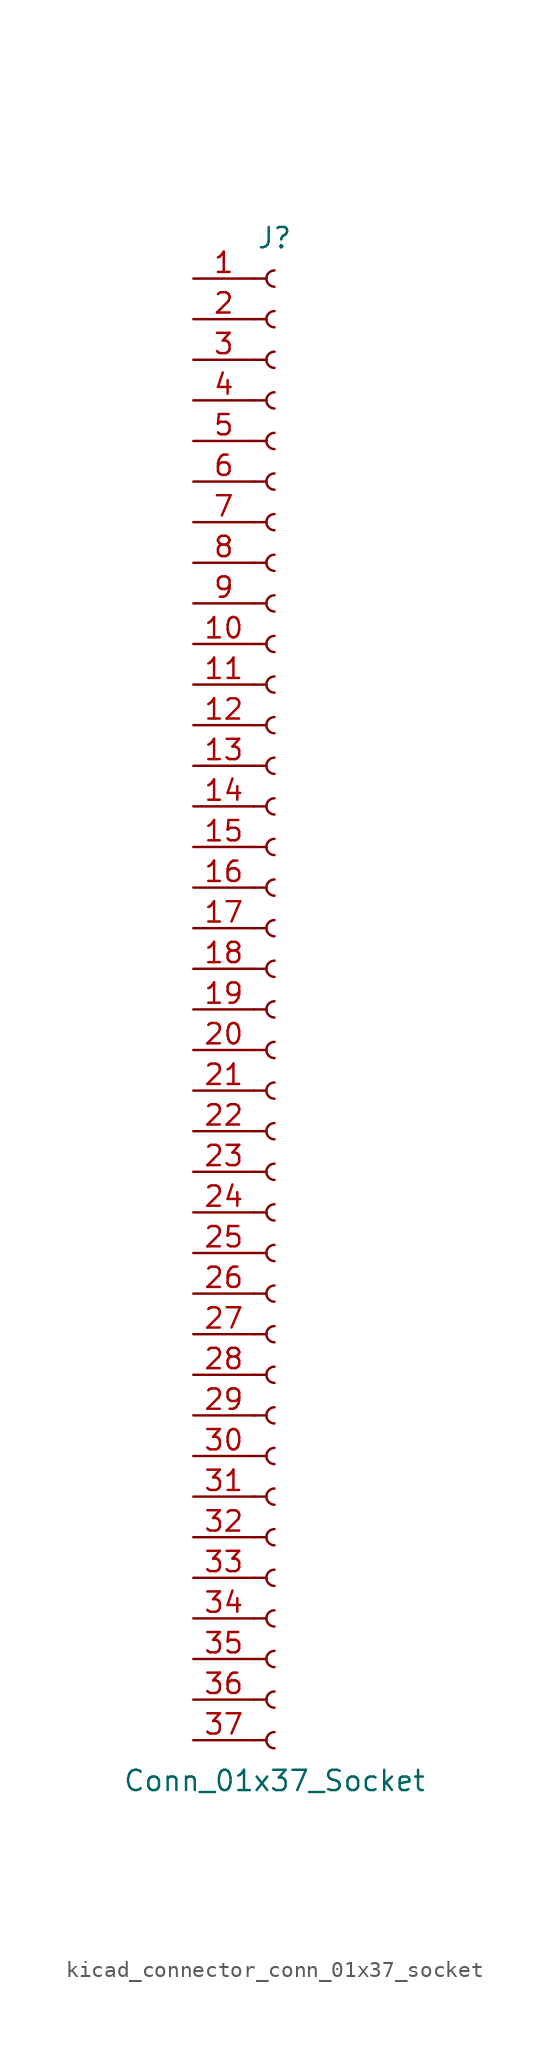
<source format=kicad_sym>
(kicad_symbol_lib
  (version 20220914)
  (generator kicad_symbol_editor)
  (symbol "kicad_connector_conn_01x37_socket"
    (pin_names
      (offset 1.016) hide)
    (property "Reference" "J"
      (at 0 48.26 0)
      (effects (font (size 1.27 1.27))))
    (property "Value" "Conn_01x37_Socket"
      (at 0 -48.26 0)
      (effects (font (size 1.27 1.27))))
    (property "ki_locked" ""
      (at 0 0 0)
      (effects (font (size 1.27 1.27))))
    (symbol "kicad_connector_conn_01x37_socket_1_1"
      (arc (start 0 -45.212) (mid -0.5058 -45.72) (end 0 -46.228) (stroke (width 0.1524) (type default)) (fill (type none)))
      (arc (start 0 -42.672) (mid -0.5058 -43.18) (end 0 -43.688) (stroke (width 0.1524) (type default)) (fill (type none)))
      (arc (start 0 -40.132) (mid -0.5058 -40.64) (end 0 -41.148) (stroke (width 0.1524) (type default)) (fill (type none)))
      (arc (start 0 -37.592) (mid -0.5058 -38.1) (end 0 -38.608) (stroke (width 0.1524) (type default)) (fill (type none)))
      (arc (start 0 -35.052) (mid -0.5058 -35.56) (end 0 -36.068) (stroke (width 0.1524) (type default)) (fill (type none)))
      (arc (start 0 -32.512) (mid -0.5058 -33.02) (end 0 -33.528) (stroke (width 0.1524) (type default)) (fill (type none)))
      (arc (start 0 -29.972) (mid -0.5058 -30.48) (end 0 -30.988) (stroke (width 0.1524) (type default)) (fill (type none)))
      (arc (start 0 -27.432) (mid -0.5058 -27.94) (end 0 -28.448) (stroke (width 0.1524) (type default)) (fill (type none)))
      (arc (start 0 -24.892) (mid -0.5058 -25.4) (end 0 -25.908) (stroke (width 0.1524) (type default)) (fill (type none)))
      (arc (start 0 -22.352) (mid -0.5058 -22.86) (end 0 -23.368) (stroke (width 0.1524) (type default)) (fill (type none)))
      (arc (start 0 -19.812) (mid -0.5058 -20.32) (end 0 -20.828) (stroke (width 0.1524) (type default)) (fill (type none)))
      (arc (start 0 -17.272) (mid -0.5058 -17.78) (end 0 -18.288) (stroke (width 0.1524) (type default)) (fill (type none)))
      (arc (start 0 -14.732) (mid -0.5058 -15.24) (end 0 -15.748) (stroke (width 0.1524) (type default)) (fill (type none)))
      (arc (start 0 -12.192) (mid -0.5058 -12.7) (end 0 -13.208) (stroke (width 0.1524) (type default)) (fill (type none)))
      (arc (start 0 -9.652) (mid -0.5058 -10.16) (end 0 -10.668) (stroke (width 0.1524) (type default)) (fill (type none)))
      (arc (start 0 -7.112) (mid -0.5058 -7.62) (end 0 -8.128) (stroke (width 0.1524) (type default)) (fill (type none)))
      (arc (start 0 -4.572) (mid -0.5058 -5.08) (end 0 -5.588) (stroke (width 0.1524) (type default)) (fill (type none)))
      (arc (start 0 -2.032) (mid -0.5058 -2.54) (end 0 -3.048) (stroke (width 0.1524) (type default)) (fill (type none)))
      (polyline (pts (xy -1.27 -45.72) (xy -0.508 -45.72)) (stroke (width 0.152) (type default)) (fill (type none)))
      (polyline (pts (xy -1.27 -43.18) (xy -0.508 -43.18)) (stroke (width 0.152) (type default)) (fill (type none)))
      (polyline (pts (xy -1.27 -40.64) (xy -0.508 -40.64)) (stroke (width 0.152) (type default)) (fill (type none)))
      (polyline (pts (xy -1.27 -38.1) (xy -0.508 -38.1)) (stroke (width 0.152) (type default)) (fill (type none)))
      (polyline (pts (xy -1.27 -35.56) (xy -0.508 -35.56)) (stroke (width 0.152) (type default)) (fill (type none)))
      (polyline (pts (xy -1.27 -33.02) (xy -0.508 -33.02)) (stroke (width 0.152) (type default)) (fill (type none)))
      (polyline (pts (xy -1.27 -30.48) (xy -0.508 -30.48)) (stroke (width 0.152) (type default)) (fill (type none)))
      (polyline (pts (xy -1.27 -27.94) (xy -0.508 -27.94)) (stroke (width 0.152) (type default)) (fill (type none)))
      (polyline (pts (xy -1.27 -25.4) (xy -0.508 -25.4)) (stroke (width 0.152) (type default)) (fill (type none)))
      (polyline (pts (xy -1.27 -22.86) (xy -0.508 -22.86)) (stroke (width 0.152) (type default)) (fill (type none)))
      (polyline (pts (xy -1.27 -20.32) (xy -0.508 -20.32)) (stroke (width 0.152) (type default)) (fill (type none)))
      (polyline (pts (xy -1.27 -17.78) (xy -0.508 -17.78)) (stroke (width 0.152) (type default)) (fill (type none)))
      (polyline (pts (xy -1.27 -15.24) (xy -0.508 -15.24)) (stroke (width 0.152) (type default)) (fill (type none)))
      (polyline (pts (xy -1.27 -12.7) (xy -0.508 -12.7)) (stroke (width 0.152) (type default)) (fill (type none)))
      (polyline (pts (xy -1.27 -10.16) (xy -0.508 -10.16)) (stroke (width 0.152) (type default)) (fill (type none)))
      (polyline (pts (xy -1.27 -7.62) (xy -0.508 -7.62)) (stroke (width 0.152) (type default)) (fill (type none)))
      (polyline (pts (xy -1.27 -5.08) (xy -0.508 -5.08)) (stroke (width 0.152) (type default)) (fill (type none)))
      (polyline (pts (xy -1.27 -2.54) (xy -0.508 -2.54)) (stroke (width 0.152) (type default)) (fill (type none)))
      (polyline (pts (xy -1.27 0) (xy -0.508 0)) (stroke (width 0.152) (type default)) (fill (type none)))
      (polyline (pts (xy -1.27 2.54) (xy -0.508 2.54)) (stroke (width 0.152) (type default)) (fill (type none)))
      (polyline (pts (xy -1.27 5.08) (xy -0.508 5.08)) (stroke (width 0.152) (type default)) (fill (type none)))
      (polyline (pts (xy -1.27 7.62) (xy -0.508 7.62)) (stroke (width 0.152) (type default)) (fill (type none)))
      (polyline (pts (xy -1.27 10.16) (xy -0.508 10.16)) (stroke (width 0.152) (type default)) (fill (type none)))
      (polyline (pts (xy -1.27 12.7) (xy -0.508 12.7)) (stroke (width 0.152) (type default)) (fill (type none)))
      (polyline (pts (xy -1.27 15.24) (xy -0.508 15.24)) (stroke (width 0.152) (type default)) (fill (type none)))
      (polyline (pts (xy -1.27 17.78) (xy -0.508 17.78)) (stroke (width 0.152) (type default)) (fill (type none)))
      (polyline (pts (xy -1.27 20.32) (xy -0.508 20.32)) (stroke (width 0.152) (type default)) (fill (type none)))
      (polyline (pts (xy -1.27 22.86) (xy -0.508 22.86)) (stroke (width 0.152) (type default)) (fill (type none)))
      (polyline (pts (xy -1.27 25.4) (xy -0.508 25.4)) (stroke (width 0.152) (type default)) (fill (type none)))
      (polyline (pts (xy -1.27 27.94) (xy -0.508 27.94)) (stroke (width 0.152) (type default)) (fill (type none)))
      (polyline (pts (xy -1.27 30.48) (xy -0.508 30.48)) (stroke (width 0.152) (type default)) (fill (type none)))
      (polyline (pts (xy -1.27 33.02) (xy -0.508 33.02)) (stroke (width 0.152) (type default)) (fill (type none)))
      (polyline (pts (xy -1.27 35.56) (xy -0.508 35.56)) (stroke (width 0.152) (type default)) (fill (type none)))
      (polyline (pts (xy -1.27 38.1) (xy -0.508 38.1)) (stroke (width 0.152) (type default)) (fill (type none)))
      (polyline (pts (xy -1.27 40.64) (xy -0.508 40.64)) (stroke (width 0.152) (type default)) (fill (type none)))
      (polyline (pts (xy -1.27 43.18) (xy -0.508 43.18)) (stroke (width 0.152) (type default)) (fill (type none)))
      (polyline (pts (xy -1.27 45.72) (xy -0.508 45.72)) (stroke (width 0.152) (type default)) (fill (type none)))
      (arc (start 0 0.508) (mid -0.5058 0) (end 0 -0.508) (stroke (width 0.1524) (type default)) (fill (type none)))
      (arc (start 0 3.048) (mid -0.5058 2.54) (end 0 2.032) (stroke (width 0.1524) (type default)) (fill (type none)))
      (arc (start 0 5.588) (mid -0.5058 5.08) (end 0 4.572) (stroke (width 0.1524) (type default)) (fill (type none)))
      (arc (start 0 8.128) (mid -0.5058 7.62) (end 0 7.112) (stroke (width 0.1524) (type default)) (fill (type none)))
      (arc (start 0 10.668) (mid -0.5058 10.16) (end 0 9.652) (stroke (width 0.1524) (type default)) (fill (type none)))
      (arc (start 0 13.208) (mid -0.5058 12.7) (end 0 12.192) (stroke (width 0.1524) (type default)) (fill (type none)))
      (arc (start 0 15.748) (mid -0.5058 15.24) (end 0 14.732) (stroke (width 0.1524) (type default)) (fill (type none)))
      (arc (start 0 18.288) (mid -0.5058 17.78) (end 0 17.272) (stroke (width 0.1524) (type default)) (fill (type none)))
      (arc (start 0 20.828) (mid -0.5058 20.32) (end 0 19.812) (stroke (width 0.1524) (type default)) (fill (type none)))
      (arc (start 0 23.368) (mid -0.5058 22.86) (end 0 22.352) (stroke (width 0.1524) (type default)) (fill (type none)))
      (arc (start 0 25.908) (mid -0.5058 25.4) (end 0 24.892) (stroke (width 0.1524) (type default)) (fill (type none)))
      (arc (start 0 28.448) (mid -0.5058 27.94) (end 0 27.432) (stroke (width 0.1524) (type default)) (fill (type none)))
      (arc (start 0 30.988) (mid -0.5058 30.48) (end 0 29.972) (stroke (width 0.1524) (type default)) (fill (type none)))
      (arc (start 0 33.528) (mid -0.5058 33.02) (end 0 32.512) (stroke (width 0.1524) (type default)) (fill (type none)))
      (arc (start 0 36.068) (mid -0.5058 35.56) (end 0 35.052) (stroke (width 0.1524) (type default)) (fill (type none)))
      (arc (start 0 38.608) (mid -0.5058 38.1) (end 0 37.592) (stroke (width 0.1524) (type default)) (fill (type none)))
      (arc (start 0 41.148) (mid -0.5058 40.64) (end 0 40.132) (stroke (width 0.1524) (type default)) (fill (type none)))
      (arc (start 0 43.688) (mid -0.5058 43.18) (end 0 42.672) (stroke (width 0.1524) (type default)) (fill (type none)))
      (arc (start 0 46.228) (mid -0.5058 45.72) (end 0 45.212) (stroke (width 0.1524) (type default)) (fill (type none)))
      (pin passive line (at -5.08 45.72 0) (length 3.81) (name "Pin_1" (effects (font (size 1.27 1.27)))) (number "1" (effects (font (size 1.27 1.27)))))
      (pin passive line (at -5.08 22.86 0) (length 3.81) (name "Pin_10" (effects (font (size 1.27 1.27)))) (number "10" (effects (font (size 1.27 1.27)))))
      (pin passive line (at -5.08 20.32 0) (length 3.81) (name "Pin_11" (effects (font (size 1.27 1.27)))) (number "11" (effects (font (size 1.27 1.27)))))
      (pin passive line (at -5.08 17.78 0) (length 3.81) (name "Pin_12" (effects (font (size 1.27 1.27)))) (number "12" (effects (font (size 1.27 1.27)))))
      (pin passive line (at -5.08 15.24 0) (length 3.81) (name "Pin_13" (effects (font (size 1.27 1.27)))) (number "13" (effects (font (size 1.27 1.27)))))
      (pin passive line (at -5.08 12.7 0) (length 3.81) (name "Pin_14" (effects (font (size 1.27 1.27)))) (number "14" (effects (font (size 1.27 1.27)))))
      (pin passive line (at -5.08 10.16 0) (length 3.81) (name "Pin_15" (effects (font (size 1.27 1.27)))) (number "15" (effects (font (size 1.27 1.27)))))
      (pin passive line (at -5.08 7.62 0) (length 3.81) (name "Pin_16" (effects (font (size 1.27 1.27)))) (number "16" (effects (font (size 1.27 1.27)))))
      (pin passive line (at -5.08 5.08 0) (length 3.81) (name "Pin_17" (effects (font (size 1.27 1.27)))) (number "17" (effects (font (size 1.27 1.27)))))
      (pin passive line (at -5.08 2.54 0) (length 3.81) (name "Pin_18" (effects (font (size 1.27 1.27)))) (number "18" (effects (font (size 1.27 1.27)))))
      (pin passive line (at -5.08 0 0) (length 3.81) (name "Pin_19" (effects (font (size 1.27 1.27)))) (number "19" (effects (font (size 1.27 1.27)))))
      (pin passive line (at -5.08 43.18 0) (length 3.81) (name "Pin_2" (effects (font (size 1.27 1.27)))) (number "2" (effects (font (size 1.27 1.27)))))
      (pin passive line (at -5.08 -2.54 0) (length 3.81) (name "Pin_20" (effects (font (size 1.27 1.27)))) (number "20" (effects (font (size 1.27 1.27)))))
      (pin passive line (at -5.08 -5.08 0) (length 3.81) (name "Pin_21" (effects (font (size 1.27 1.27)))) (number "21" (effects (font (size 1.27 1.27)))))
      (pin passive line (at -5.08 -7.62 0) (length 3.81) (name "Pin_22" (effects (font (size 1.27 1.27)))) (number "22" (effects (font (size 1.27 1.27)))))
      (pin passive line (at -5.08 -10.16 0) (length 3.81) (name "Pin_23" (effects (font (size 1.27 1.27)))) (number "23" (effects (font (size 1.27 1.27)))))
      (pin passive line (at -5.08 -12.7 0) (length 3.81) (name "Pin_24" (effects (font (size 1.27 1.27)))) (number "24" (effects (font (size 1.27 1.27)))))
      (pin passive line (at -5.08 -15.24 0) (length 3.81) (name "Pin_25" (effects (font (size 1.27 1.27)))) (number "25" (effects (font (size 1.27 1.27)))))
      (pin passive line (at -5.08 -17.78 0) (length 3.81) (name "Pin_26" (effects (font (size 1.27 1.27)))) (number "26" (effects (font (size 1.27 1.27)))))
      (pin passive line (at -5.08 -20.32 0) (length 3.81) (name "Pin_27" (effects (font (size 1.27 1.27)))) (number "27" (effects (font (size 1.27 1.27)))))
      (pin passive line (at -5.08 -22.86 0) (length 3.81) (name "Pin_28" (effects (font (size 1.27 1.27)))) (number "28" (effects (font (size 1.27 1.27)))))
      (pin passive line (at -5.08 -25.4 0) (length 3.81) (name "Pin_29" (effects (font (size 1.27 1.27)))) (number "29" (effects (font (size 1.27 1.27)))))
      (pin passive line (at -5.08 40.64 0) (length 3.81) (name "Pin_3" (effects (font (size 1.27 1.27)))) (number "3" (effects (font (size 1.27 1.27)))))
      (pin passive line (at -5.08 -27.94 0) (length 3.81) (name "Pin_30" (effects (font (size 1.27 1.27)))) (number "30" (effects (font (size 1.27 1.27)))))
      (pin passive line (at -5.08 -30.48 0) (length 3.81) (name "Pin_31" (effects (font (size 1.27 1.27)))) (number "31" (effects (font (size 1.27 1.27)))))
      (pin passive line (at -5.08 -33.02 0) (length 3.81) (name "Pin_32" (effects (font (size 1.27 1.27)))) (number "32" (effects (font (size 1.27 1.27)))))
      (pin passive line (at -5.08 -35.56 0) (length 3.81) (name "Pin_33" (effects (font (size 1.27 1.27)))) (number "33" (effects (font (size 1.27 1.27)))))
      (pin passive line (at -5.08 -38.1 0) (length 3.81) (name "Pin_34" (effects (font (size 1.27 1.27)))) (number "34" (effects (font (size 1.27 1.27)))))
      (pin passive line (at -5.08 -40.64 0) (length 3.81) (name "Pin_35" (effects (font (size 1.27 1.27)))) (number "35" (effects (font (size 1.27 1.27)))))
      (pin passive line (at -5.08 -43.18 0) (length 3.81) (name "Pin_36" (effects (font (size 1.27 1.27)))) (number "36" (effects (font (size 1.27 1.27)))))
      (pin passive line (at -5.08 -45.72 0) (length 3.81) (name "Pin_37" (effects (font (size 1.27 1.27)))) (number "37" (effects (font (size 1.27 1.27)))))
      (pin passive line (at -5.08 38.1 0) (length 3.81) (name "Pin_4" (effects (font (size 1.27 1.27)))) (number "4" (effects (font (size 1.27 1.27)))))
      (pin passive line (at -5.08 35.56 0) (length 3.81) (name "Pin_5" (effects (font (size 1.27 1.27)))) (number "5" (effects (font (size 1.27 1.27)))))
      (pin passive line (at -5.08 33.02 0) (length 3.81) (name "Pin_6" (effects (font (size 1.27 1.27)))) (number "6" (effects (font (size 1.27 1.27)))))
      (pin passive line (at -5.08 30.48 0) (length 3.81) (name "Pin_7" (effects (font (size 1.27 1.27)))) (number "7" (effects (font (size 1.27 1.27)))))
      (pin passive line (at -5.08 27.94 0) (length 3.81) (name "Pin_8" (effects (font (size 1.27 1.27)))) (number "8" (effects (font (size 1.27 1.27)))))
      (pin passive line (at -5.08 25.4 0) (length 3.81) (name "Pin_9" (effects (font (size 1.27 1.27)))) (number "9" (effects (font (size 1.27 1.27))))))))
</source>
